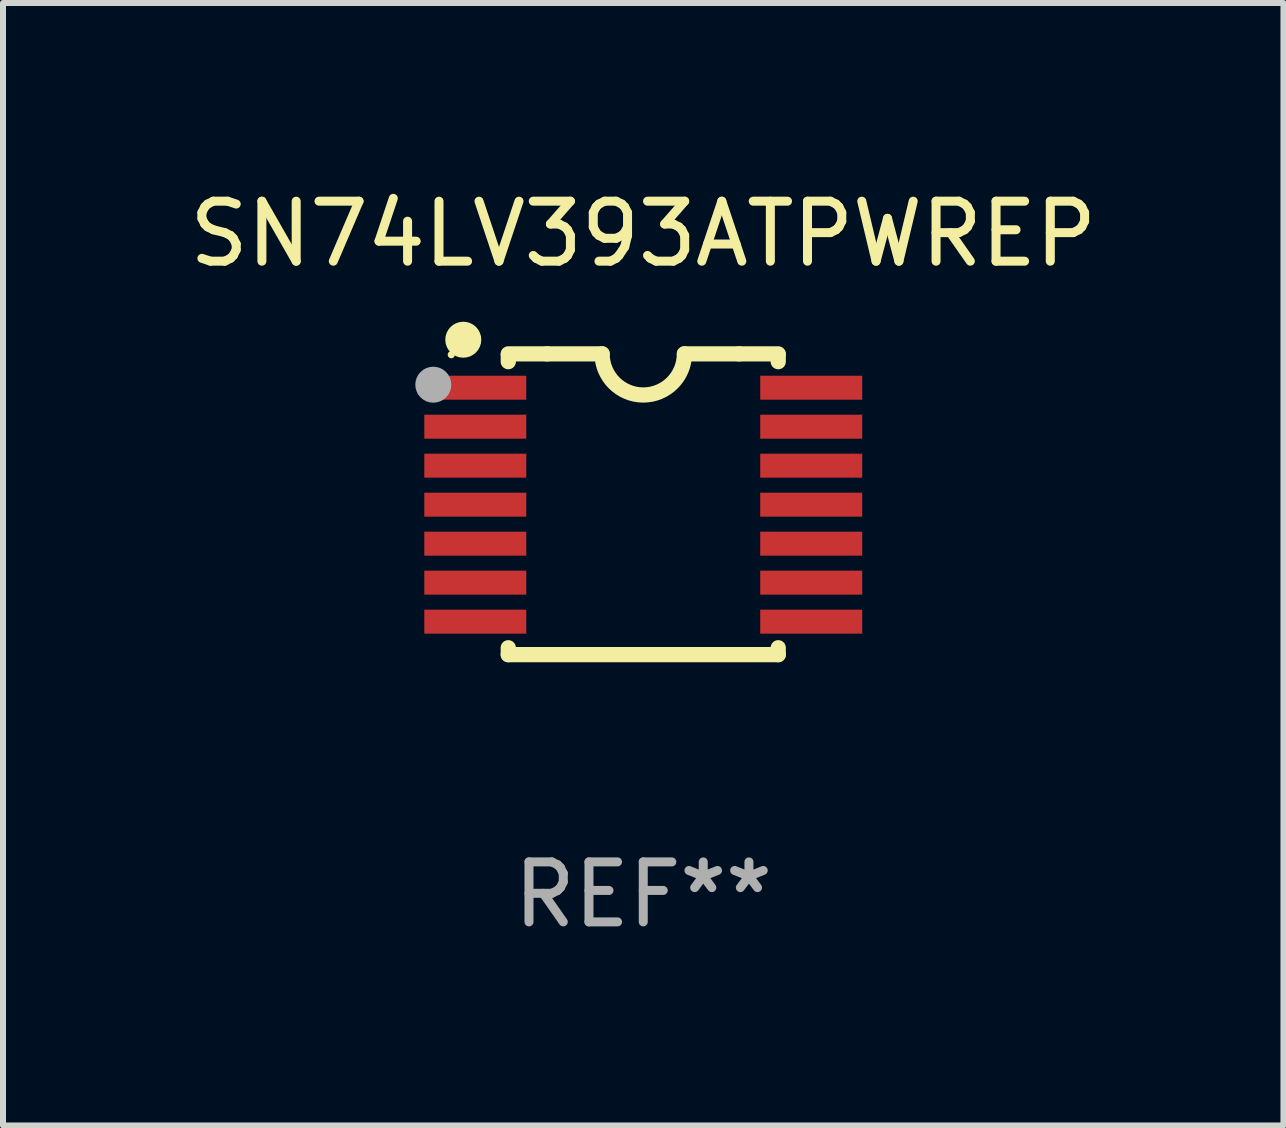
<source format=kicad_pcb>
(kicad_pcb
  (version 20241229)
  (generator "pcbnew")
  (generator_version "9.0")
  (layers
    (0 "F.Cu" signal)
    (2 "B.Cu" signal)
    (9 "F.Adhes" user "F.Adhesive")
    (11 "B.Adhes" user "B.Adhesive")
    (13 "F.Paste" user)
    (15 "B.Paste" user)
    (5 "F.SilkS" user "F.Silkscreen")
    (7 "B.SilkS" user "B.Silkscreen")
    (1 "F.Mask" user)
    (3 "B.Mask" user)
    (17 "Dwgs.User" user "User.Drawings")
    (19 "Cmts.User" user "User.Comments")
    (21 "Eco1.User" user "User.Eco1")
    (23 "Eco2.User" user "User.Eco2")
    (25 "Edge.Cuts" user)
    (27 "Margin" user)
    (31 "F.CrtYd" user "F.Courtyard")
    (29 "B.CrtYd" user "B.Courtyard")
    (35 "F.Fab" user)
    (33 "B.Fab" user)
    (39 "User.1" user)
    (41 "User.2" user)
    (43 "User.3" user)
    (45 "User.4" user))
  (footprint "SN74LV393ATPWREP"
    (layer "F.Cu")
    (at 7.673 5.356)
    (property "Reference" "SN74LV393ATPWREP" (at 0 -4.507 0) (layer "F.SilkS") (effects (font (size 1 1) (thickness 0.15))))
    (attr through_hole)
    (fp_line (start -2.25 -2.377) (end -2.25 -2.493) (stroke (width 0.254) (type solid)) (layer "F.SilkS"))
    (fp_line (start -2.25 2.507) (end -2.25 2.392) (stroke (width 0.254) (type solid)) (layer "F.SilkS"))
    (fp_line (start -1.6 -2.507) (end -2.25 -2.507) (stroke (width 0.254) (type solid)) (layer "F.SilkS"))
    (fp_line (start -1.6 -2.507) (end -0.686 -2.507) (stroke (width 0.254) (type solid)) (layer "F.SilkS"))
    (fp_line (start 0.686 -2.507) (end 1.6 -2.507) (stroke (width 0.254) (type solid)) (layer "F.SilkS"))
    (fp_line (start 1.6 -2.507) (end 2.25 -2.507) (stroke (width 0.254) (type solid)) (layer "F.SilkS"))
    (fp_line (start 2.25 -2.493) (end 2.25 -2.377) (stroke (width 0.254) (type solid)) (layer "F.SilkS"))
    (fp_line (start 2.25 2.392) (end 2.25 2.507) (stroke (width 0.254) (type solid)) (layer "F.SilkS"))
    (fp_line (start 2.25 2.507) (end -2.25 2.507) (stroke (width 0.254) (type solid)) (layer "F.SilkS"))
    (fp_arc (start 0.685852 -2.507303) (mid 0.000051 -1.821502) (end -0.68575 -2.507303) (stroke (width 0.254001) (type solid)) (layer "F.SilkS"))
    (fp_circle (center -3.2 -2.493) (end -3.17 -2.493) (stroke (width 0.06) (type solid)) (fill no) (layer "F.SilkS"))
    (fp_circle (center -3 -2.743) (end -2.85 -2.743) (stroke (width 0.3) (type solid)) (fill no) (layer "F.SilkS"))
    (fp_circle (center -3.5 -1.993) (end -3.35 -1.993) (stroke (width 0.3) (type solid)) (fill no) (layer "F.Fab"))
    (fp_text user "REF**" (at 0 6.507 0) (layer "F.Fab") (effects (font (size 1 1) (thickness 0.15))))
    (pad "1" smd rect (at -2.8 -1.943) (size 1.7 0.4) (layers "F.Cu" "F.Mask" "F.Paste"))
    (pad "2" smd rect (at -2.8 -1.293) (size 1.7 0.4) (layers "F.Cu" "F.Mask" "F.Paste"))
    (pad "3" smd rect (at -2.8 -0.643) (size 1.7 0.4) (layers "F.Cu" "F.Mask" "F.Paste"))
    (pad "4" smd rect (at -2.8 0.007) (size 1.7 0.4) (layers "F.Cu" "F.Mask" "F.Paste"))
    (pad "5" smd rect (at -2.8 0.657) (size 1.7 0.4) (layers "F.Cu" "F.Mask" "F.Paste"))
    (pad "6" smd rect (at -2.8 1.307) (size 1.7 0.4) (layers "F.Cu" "F.Mask" "F.Paste"))
    (pad "7" smd rect (at -2.8 1.957) (size 1.7 0.4) (layers "F.Cu" "F.Mask" "F.Paste"))
    (pad "8" smd rect (at 2.8 1.957) (size 1.7 0.4) (layers "F.Cu" "F.Mask" "F.Paste"))
    (pad "9" smd rect (at 2.8 1.307) (size 1.7 0.4) (layers "F.Cu" "F.Mask" "F.Paste"))
    (pad "10" smd rect (at 2.8 0.657) (size 1.7 0.4) (layers "F.Cu" "F.Mask" "F.Paste"))
    (pad "11" smd rect (at 2.8 0.007) (size 1.7 0.4) (layers "F.Cu" "F.Mask" "F.Paste"))
    (pad "12" smd rect (at 2.8 -0.643) (size 1.7 0.4) (layers "F.Cu" "F.Mask" "F.Paste"))
    (pad "13" smd rect (at 2.8 -1.293) (size 1.7 0.4) (layers "F.Cu" "F.Mask" "F.Paste"))
    (pad "14" smd rect (at 2.8 -1.943) (size 1.7 0.4) (layers "F.Cu" "F.Mask" "F.Paste")))
  (gr_rect
    (start -3 -3)
    (end 18.345 15.711)
    (stroke (width 0.1) (type default))
    (fill no)
    (layer "Edge.Cuts")))
</source>
